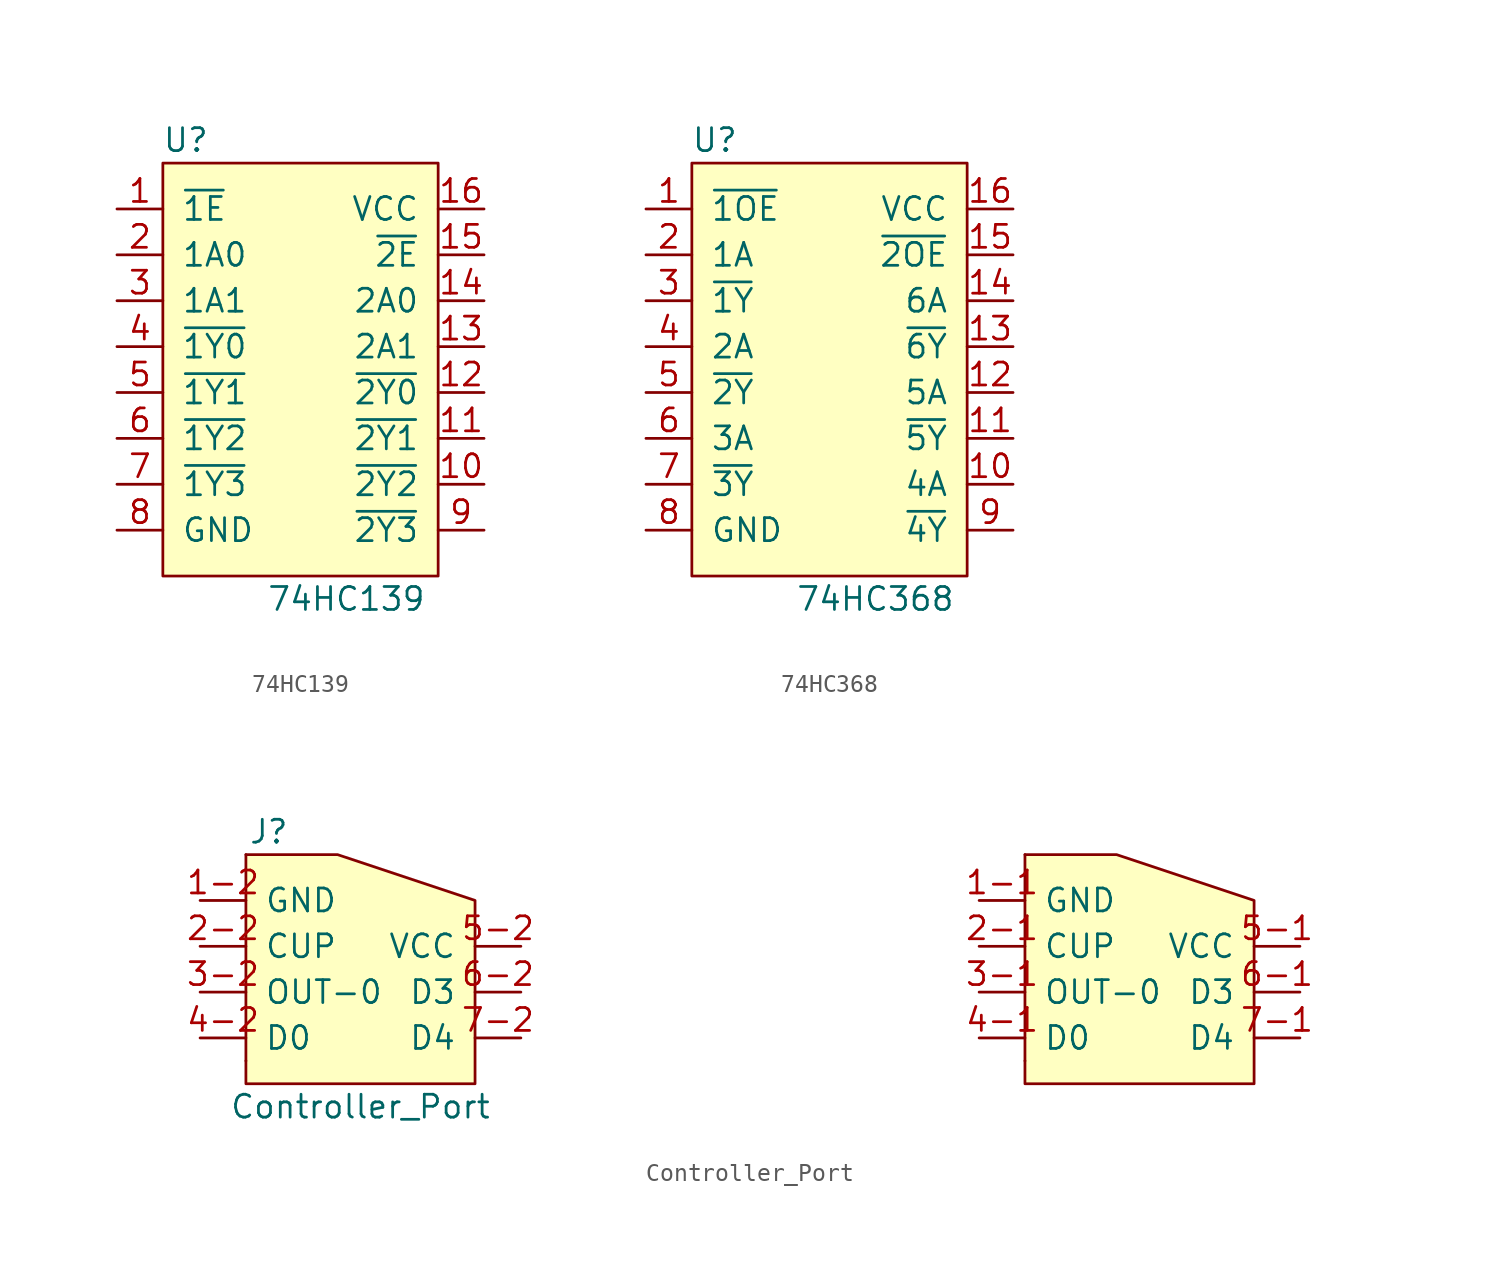
<source format=kicad_sym>
(kicad_symbol_lib
  (version 20241209)
  (generator "kicad_symbol_editor")
  (generator_version "9.0")
  (symbol "74HC139"
    (pin_names
      (offset 1.016))
    (property "Reference" "U"
      (at -6.35 12.7 0)
      (effects (font (size 1.27 1.27))))
    (property "Value" "74HC139"
      (at 2.54 -12.7 0)
      (effects (font (size 1.27 1.27))))
    (symbol "74HC139_0_1"
      (rectangle (start -7.62 11.43) (end 7.62 -11.43) (stroke (width 0) (type solid)) (fill (type background))))
    (symbol "74HC139_1_1"
      (pin input line (at -10.16 8.89 0) (length 2.54) (name "~{1E}" (effects (font (size 1.27 1.27)))) (number "1" (effects (font (size 1.27 1.27)))))
      (pin input line (at -10.16 6.35 0) (length 2.54) (name "1A0" (effects (font (size 1.27 1.27)))) (number "2" (effects (font (size 1.27 1.27)))))
      (pin input line (at -10.16 3.81 0) (length 2.54) (name "1A1" (effects (font (size 1.27 1.27)))) (number "3" (effects (font (size 1.27 1.27)))))
      (pin output line (at -10.16 1.27 0) (length 2.54) (name "~{1Y0}" (effects (font (size 1.27 1.27)))) (number "4" (effects (font (size 1.27 1.27)))))
      (pin output line (at -10.16 -1.27 0) (length 2.54) (name "~{1Y1}" (effects (font (size 1.27 1.27)))) (number "5" (effects (font (size 1.27 1.27)))))
      (pin output line (at -10.16 -3.81 0) (length 2.54) (name "~{1Y2}" (effects (font (size 1.27 1.27)))) (number "6" (effects (font (size 1.27 1.27)))))
      (pin output line (at -10.16 -6.35 0) (length 2.54) (name "~{1Y3}" (effects (font (size 1.27 1.27)))) (number "7" (effects (font (size 1.27 1.27)))))
      (pin passive line (at -10.16 -8.89 0) (length 2.54) (name "GND" (effects (font (size 1.27 1.27)))) (number "8" (effects (font (size 1.27 1.27)))))
      (pin passive line (at 10.16 8.89 180) (length 2.54) (name "VCC" (effects (font (size 1.27 1.27)))) (number "16" (effects (font (size 1.27 1.27)))))
      (pin input line (at 10.16 6.35 180) (length 2.54) (name "~{2E}" (effects (font (size 1.27 1.27)))) (number "15" (effects (font (size 1.27 1.27)))))
      (pin input line (at 10.16 3.81 180) (length 2.54) (name "2A0" (effects (font (size 1.27 1.27)))) (number "14" (effects (font (size 1.27 1.27)))))
      (pin input line (at 10.16 1.27 180) (length 2.54) (name "2A1" (effects (font (size 1.27 1.27)))) (number "13" (effects (font (size 1.27 1.27)))))
      (pin output line (at 10.16 -1.27 180) (length 2.54) (name "~{2Y0}" (effects (font (size 1.27 1.27)))) (number "12" (effects (font (size 1.27 1.27)))))
      (pin output line (at 10.16 -3.81 180) (length 2.54) (name "~{2Y1}" (effects (font (size 1.27 1.27)))) (number "11" (effects (font (size 1.27 1.27)))))
      (pin output line (at 10.16 -6.35 180) (length 2.54) (name "~{2Y2}" (effects (font (size 1.27 1.27)))) (number "10" (effects (font (size 1.27 1.27)))))
      (pin output line (at 10.16 -8.89 180) (length 2.54) (name "~{2Y3}" (effects (font (size 1.27 1.27)))) (number "9" (effects (font (size 1.27 1.27)))))))
  (symbol "74HC368"
    (pin_names
      (offset 1.016))
    (property "Reference" "U"
      (at -6.35 12.7 0)
      (effects (font (size 1.27 1.27))))
    (property "Value" "74HC368"
      (at 2.54 -12.7 0)
      (effects (font (size 1.27 1.27))))
    (symbol "74HC368_0_1"
      (rectangle (start -7.62 11.43) (end 7.62 -11.43) (stroke (width 0) (type solid)) (fill (type background))))
    (symbol "74HC368_1_1"
      (pin input line (at -10.16 8.89 0) (length 2.54) (name "~{1OE}" (effects (font (size 1.27 1.27)))) (number "1" (effects (font (size 1.27 1.27)))))
      (pin input line (at -10.16 6.35 0) (length 2.54) (name "1A" (effects (font (size 1.27 1.27)))) (number "2" (effects (font (size 1.27 1.27)))))
      (pin output line (at -10.16 3.81 0) (length 2.54) (name "~{1Y}" (effects (font (size 1.27 1.27)))) (number "3" (effects (font (size 1.27 1.27)))))
      (pin input line (at -10.16 1.27 0) (length 2.54) (name "2A" (effects (font (size 1.27 1.27)))) (number "4" (effects (font (size 1.27 1.27)))))
      (pin output line (at -10.16 -1.27 0) (length 2.54) (name "~{2Y}" (effects (font (size 1.27 1.27)))) (number "5" (effects (font (size 1.27 1.27)))))
      (pin input line (at -10.16 -3.81 0) (length 2.54) (name "3A" (effects (font (size 1.27 1.27)))) (number "6" (effects (font (size 1.27 1.27)))))
      (pin output line (at -10.16 -6.35 0) (length 2.54) (name "~{3Y}" (effects (font (size 1.27 1.27)))) (number "7" (effects (font (size 1.27 1.27)))))
      (pin passive line (at -10.16 -8.89 0) (length 2.54) (name "GND" (effects (font (size 1.27 1.27)))) (number "8" (effects (font (size 1.27 1.27)))))
      (pin passive line (at 10.16 8.89 180) (length 2.54) (name "VCC" (effects (font (size 1.27 1.27)))) (number "16" (effects (font (size 1.27 1.27)))))
      (pin input line (at 10.16 6.35 180) (length 2.54) (name "~{2OE}" (effects (font (size 1.27 1.27)))) (number "15" (effects (font (size 1.27 1.27)))))
      (pin input line (at 10.16 3.81 180) (length 2.54) (name "6A" (effects (font (size 1.27 1.27)))) (number "14" (effects (font (size 1.27 1.27)))))
      (pin output line (at 10.16 1.27 180) (length 2.54) (name "~{6Y}" (effects (font (size 1.27 1.27)))) (number "13" (effects (font (size 1.27 1.27)))))
      (pin input line (at 10.16 -1.27 180) (length 2.54) (name "5A" (effects (font (size 1.27 1.27)))) (number "12" (effects (font (size 1.27 1.27)))))
      (pin output line (at 10.16 -3.81 180) (length 2.54) (name "~{5Y}" (effects (font (size 1.27 1.27)))) (number "11" (effects (font (size 1.27 1.27)))))
      (pin input line (at 10.16 -6.35 180) (length 2.54) (name "4A" (effects (font (size 1.27 1.27)))) (number "10" (effects (font (size 1.27 1.27)))))
      (pin output line (at 10.16 -8.89 180) (length 2.54) (name "~{4Y}" (effects (font (size 1.27 1.27)))) (number "9" (effects (font (size 1.27 1.27)))))))
  (symbol "Controller_Port"
    (pin_names
      (offset 1.016))
    (property "Reference" "J"
      (at -5.08 8.89 0)
      (effects (font (size 1.27 1.27))))
    (property "Value" "Controller_Port"
      (at 0 -6.35 0)
      (effects (font (size 1.27 1.27))))
    (symbol "Controller_Port_0_1"
      (polyline (pts (xy -6.35 7.62) (xy -6.35 -3.81)) (stroke (width 0) (type solid)) (fill (type none)))
      (polyline (pts (xy -6.35 7.62) (xy -1.27 7.62) (xy 6.35 5.08) (xy 6.35 -5.08) (xy -6.35 -5.08) (xy -6.35 -3.81)) (stroke (width 0) (type solid)) (fill (type background))))
    (symbol "Controller_Port_1_1"
      (polyline (pts (xy 36.83 7.62) (xy 36.83 -3.81)) (stroke (width 0) (type solid)) (fill (type none)))
      (polyline (pts (xy 36.83 7.62) (xy 41.91 7.62) (xy 49.53 5.08) (xy 49.53 -5.08) (xy 36.83 -5.08) (xy 36.83 -3.81)) (stroke (width 0) (type solid)) (fill (type background)))
      (pin passive line (at -8.89 5.08 0) (length 2.54) (name "GND" (effects (font (size 1.27 1.27)))) (number "1-2" (effects (font (size 1.27 1.27)))))
      (pin output line (at -8.89 2.54 0) (length 2.54) (name "CUP" (effects (font (size 1.27 1.27)))) (number "2-2" (effects (font (size 1.27 1.27)))))
      (pin output line (at -8.89 0 0) (length 2.54) (name "OUT-0" (effects (font (size 1.27 1.27)))) (number "3-2" (effects (font (size 1.27 1.27)))))
      (pin input line (at -8.89 -2.54 0) (length 2.54) (name "D0" (effects (font (size 1.27 1.27)))) (number "4-2" (effects (font (size 1.27 1.27)))))
      (pin passive line (at 8.89 2.54 180) (length 2.54) (name "VCC" (effects (font (size 1.27 1.27)))) (number "5-2" (effects (font (size 1.27 1.27)))))
      (pin input line (at 8.89 0 180) (length 2.54) (name "D3" (effects (font (size 1.27 1.27)))) (number "6-2" (effects (font (size 1.27 1.27)))))
      (pin input line (at 8.89 -2.54 180) (length 2.54) (name "D4" (effects (font (size 1.27 1.27)))) (number "7-2" (effects (font (size 1.27 1.27)))))
      (pin passive line (at 34.29 5.08 0) (length 2.54) (name "GND" (effects (font (size 1.27 1.27)))) (number "1-1" (effects (font (size 1.27 1.27)))))
      (pin output line (at 34.29 2.54 0) (length 2.54) (name "CUP" (effects (font (size 1.27 1.27)))) (number "2-1" (effects (font (size 1.27 1.27)))))
      (pin output line (at 34.29 0 0) (length 2.54) (name "OUT-0" (effects (font (size 1.27 1.27)))) (number "3-1" (effects (font (size 1.27 1.27)))))
      (pin input line (at 34.29 -2.54 0) (length 2.54) (name "D0" (effects (font (size 1.27 1.27)))) (number "4-1" (effects (font (size 1.27 1.27)))))
      (pin passive line (at 52.07 2.54 180) (length 2.54) (name "VCC" (effects (font (size 1.27 1.27)))) (number "5-1" (effects (font (size 1.27 1.27)))))
      (pin input line (at 52.07 0 180) (length 2.54) (name "D3" (effects (font (size 1.27 1.27)))) (number "6-1" (effects (font (size 1.27 1.27)))))
      (pin input line (at 52.07 -2.54 180) (length 2.54) (name "D4" (effects (font (size 1.27 1.27)))) (number "7-1" (effects (font (size 1.27 1.27))))))))
</source>
